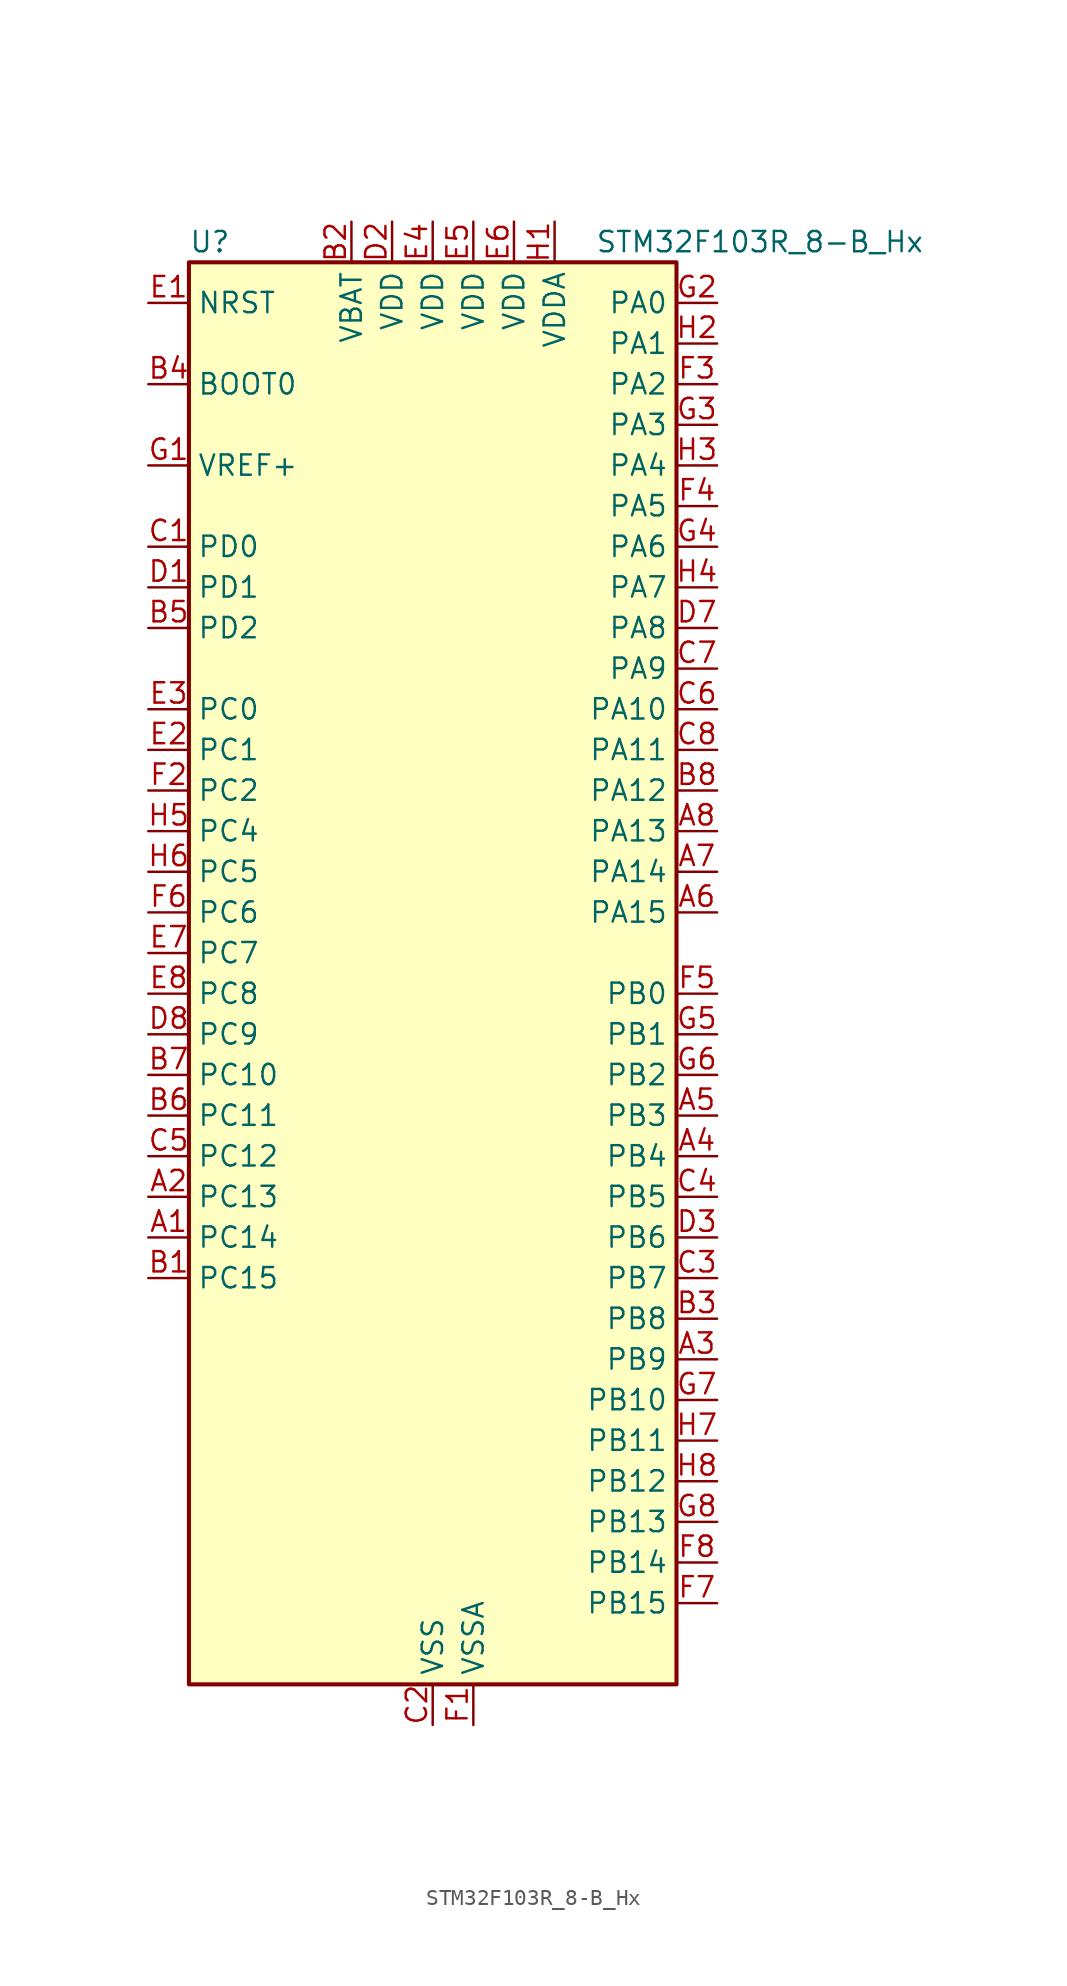
<source format=kicad_sym>
(kicad_symbol_lib
  (version 20231120)
  (generator "kicad-library-utils")
  (generator_version "8.0")
  (symbol "STM32F103R_8-B_Hx"
    (property "Reference" "U"
      (at -15.24 46.99 0)
      (effects (font (size 1.27 1.27)) (justify left)))
    (property "Value" "STM32F103R_8-B_Hx"
      (at 10.16 46.99 0)
      (effects (font (size 1.27 1.27)) (justify left)))
    (property "ki_locked" ""
      (at 0 0 0)
      (effects (font (size 1.27 1.27))))
    (symbol "STM32F103R_8-B_Hx_0_1"
      (rectangle (start -15.24 -43.18) (end 15.24 45.72) (stroke (width 0.254) (type default)) (fill (type background))))
    (symbol "STM32F103R_8-B_Hx_1_1"
      (pin bidirectional line (at -17.78 -15.24 0) (length 2.54) (name "PC14" (effects (font (size 1.27 1.27)))) (number "A1" (effects (font (size 1.27 1.27)))) (alternate "RCC_OSC32_IN" bidirectional line))
      (pin bidirectional line (at -17.78 -12.7 0) (length 2.54) (name "PC13" (effects (font (size 1.27 1.27)))) (number "A2" (effects (font (size 1.27 1.27)))) (alternate "RTC_OUT" bidirectional line) (alternate "RTC_TAMPER" bidirectional line))
      (pin bidirectional line (at 17.78 -22.86 180) (length 2.54) (name "PB9" (effects (font (size 1.27 1.27)))) (number "A3" (effects (font (size 1.27 1.27)))) (alternate "CAN_TX" bidirectional line) (alternate "I2C1_SDA" bidirectional line) (alternate "TIM4_CH4" bidirectional line))
      (pin bidirectional line (at 17.78 -10.16 180) (length 2.54) (name "PB4" (effects (font (size 1.27 1.27)))) (number "A4" (effects (font (size 1.27 1.27)))) (alternate "SPI1_MISO" bidirectional line) (alternate "SYS_NJTRST" bidirectional line) (alternate "TIM3_CH1" bidirectional line))
      (pin bidirectional line (at 17.78 -7.62 180) (length 2.54) (name "PB3" (effects (font (size 1.27 1.27)))) (number "A5" (effects (font (size 1.27 1.27)))) (alternate "SPI1_SCK" bidirectional line) (alternate "SYS_JTDO-TRACESWO" bidirectional line) (alternate "TIM2_CH2" bidirectional line))
      (pin bidirectional line (at 17.78 5.08 180) (length 2.54) (name "PA15" (effects (font (size 1.27 1.27)))) (number "A6" (effects (font (size 1.27 1.27)))) (alternate "ADC1_EXTI15" bidirectional line) (alternate "ADC2_EXTI15" bidirectional line) (alternate "SPI1_NSS" bidirectional line) (alternate "SYS_JTDI" bidirectional line) (alternate "TIM2_CH1" bidirectional line) (alternate "TIM2_ETR" bidirectional line))
      (pin bidirectional line (at 17.78 7.62 180) (length 2.54) (name "PA14" (effects (font (size 1.27 1.27)))) (number "A7" (effects (font (size 1.27 1.27)))) (alternate "SYS_JTCK-SWCLK" bidirectional line))
      (pin bidirectional line (at 17.78 10.16 180) (length 2.54) (name "PA13" (effects (font (size 1.27 1.27)))) (number "A8" (effects (font (size 1.27 1.27)))) (alternate "SYS_JTMS-SWDIO" bidirectional line))
      (pin bidirectional line (at -17.78 -17.78 0) (length 2.54) (name "PC15" (effects (font (size 1.27 1.27)))) (number "B1" (effects (font (size 1.27 1.27)))) (alternate "ADC1_EXTI15" bidirectional line) (alternate "ADC2_EXTI15" bidirectional line) (alternate "RCC_OSC32_OUT" bidirectional line))
      (pin power_in line (at -5.08 48.26 270) (length 2.54) (name "VBAT" (effects (font (size 1.27 1.27)))) (number "B2" (effects (font (size 1.27 1.27)))))
      (pin bidirectional line (at 17.78 -20.32 180) (length 2.54) (name "PB8" (effects (font (size 1.27 1.27)))) (number "B3" (effects (font (size 1.27 1.27)))) (alternate "CAN_RX" bidirectional line) (alternate "I2C1_SCL" bidirectional line) (alternate "TIM4_CH3" bidirectional line))
      (pin input line (at -17.78 38.1 0) (length 2.54) (name "BOOT0" (effects (font (size 1.27 1.27)))) (number "B4" (effects (font (size 1.27 1.27)))))
      (pin bidirectional line (at -17.78 22.86 0) (length 2.54) (name "PD2" (effects (font (size 1.27 1.27)))) (number "B5" (effects (font (size 1.27 1.27)))) (alternate "TIM3_ETR" bidirectional line))
      (pin bidirectional line (at -17.78 -7.62 0) (length 2.54) (name "PC11" (effects (font (size 1.27 1.27)))) (number "B6" (effects (font (size 1.27 1.27)))) (alternate "ADC1_EXTI11" bidirectional line) (alternate "ADC2_EXTI11" bidirectional line) (alternate "USART3_RX" bidirectional line))
      (pin bidirectional line (at -17.78 -5.08 0) (length 2.54) (name "PC10" (effects (font (size 1.27 1.27)))) (number "B7" (effects (font (size 1.27 1.27)))) (alternate "USART3_TX" bidirectional line))
      (pin bidirectional line (at 17.78 12.7 180) (length 2.54) (name "PA12" (effects (font (size 1.27 1.27)))) (number "B8" (effects (font (size 1.27 1.27)))) (alternate "CAN_TX" bidirectional line) (alternate "TIM1_ETR" bidirectional line) (alternate "USART1_RTS" bidirectional line) (alternate "USB_DP" bidirectional line))
      (pin bidirectional line (at -17.78 27.94 0) (length 2.54) (name "PD0" (effects (font (size 1.27 1.27)))) (number "C1" (effects (font (size 1.27 1.27)))) (alternate "RCC_OSC_IN" bidirectional line))
      (pin power_in line (at 0 -45.72 90) (length 2.54) (name "VSS" (effects (font (size 1.27 1.27)))) (number "C2" (effects (font (size 1.27 1.27)))))
      (pin bidirectional line (at 17.78 -17.78 180) (length 2.54) (name "PB7" (effects (font (size 1.27 1.27)))) (number "C3" (effects (font (size 1.27 1.27)))) (alternate "I2C1_SDA" bidirectional line) (alternate "TIM4_CH2" bidirectional line) (alternate "USART1_RX" bidirectional line))
      (pin bidirectional line (at 17.78 -12.7 180) (length 2.54) (name "PB5" (effects (font (size 1.27 1.27)))) (number "C4" (effects (font (size 1.27 1.27)))) (alternate "I2C1_SMBA" bidirectional line) (alternate "SPI1_MOSI" bidirectional line) (alternate "TIM3_CH2" bidirectional line))
      (pin bidirectional line (at -17.78 -10.16 0) (length 2.54) (name "PC12" (effects (font (size 1.27 1.27)))) (number "C5" (effects (font (size 1.27 1.27)))) (alternate "USART3_CK" bidirectional line))
      (pin bidirectional line (at 17.78 17.78 180) (length 2.54) (name "PA10" (effects (font (size 1.27 1.27)))) (number "C6" (effects (font (size 1.27 1.27)))) (alternate "TIM1_CH3" bidirectional line) (alternate "USART1_RX" bidirectional line))
      (pin bidirectional line (at 17.78 20.32 180) (length 2.54) (name "PA9" (effects (font (size 1.27 1.27)))) (number "C7" (effects (font (size 1.27 1.27)))) (alternate "TIM1_CH2" bidirectional line) (alternate "USART1_TX" bidirectional line))
      (pin bidirectional line (at 17.78 15.24 180) (length 2.54) (name "PA11" (effects (font (size 1.27 1.27)))) (number "C8" (effects (font (size 1.27 1.27)))) (alternate "ADC1_EXTI11" bidirectional line) (alternate "ADC2_EXTI11" bidirectional line) (alternate "CAN_RX" bidirectional line) (alternate "TIM1_CH4" bidirectional line) (alternate "USART1_CTS" bidirectional line) (alternate "USB_DM" bidirectional line))
      (pin bidirectional line (at -17.78 25.4 0) (length 2.54) (name "PD1" (effects (font (size 1.27 1.27)))) (number "D1" (effects (font (size 1.27 1.27)))) (alternate "RCC_OSC_OUT" bidirectional line))
      (pin power_in line (at -2.54 48.26 270) (length 2.54) (name "VDD" (effects (font (size 1.27 1.27)))) (number "D2" (effects (font (size 1.27 1.27)))))
      (pin bidirectional line (at 17.78 -15.24 180) (length 2.54) (name "PB6" (effects (font (size 1.27 1.27)))) (number "D3" (effects (font (size 1.27 1.27)))) (alternate "I2C1_SCL" bidirectional line) (alternate "TIM4_CH1" bidirectional line) (alternate "USART1_TX" bidirectional line))
      (pin passive line (at 0 -45.72 90) (length 2.54) hide (name "VSS" (effects (font (size 1.27 1.27)))) (number "D4" (effects (font (size 1.27 1.27)))))
      (pin passive line (at 0 -45.72 90) (length 2.54) hide (name "VSS" (effects (font (size 1.27 1.27)))) (number "D5" (effects (font (size 1.27 1.27)))))
      (pin passive line (at 0 -45.72 90) (length 2.54) hide (name "VSS" (effects (font (size 1.27 1.27)))) (number "D6" (effects (font (size 1.27 1.27)))))
      (pin bidirectional line (at 17.78 22.86 180) (length 2.54) (name "PA8" (effects (font (size 1.27 1.27)))) (number "D7" (effects (font (size 1.27 1.27)))) (alternate "RCC_MCO" bidirectional line) (alternate "TIM1_CH1" bidirectional line) (alternate "USART1_CK" bidirectional line))
      (pin bidirectional line (at -17.78 -2.54 0) (length 2.54) (name "PC9" (effects (font (size 1.27 1.27)))) (number "D8" (effects (font (size 1.27 1.27)))) (alternate "TIM3_CH4" bidirectional line))
      (pin input line (at -17.78 43.18 0) (length 2.54) (name "NRST" (effects (font (size 1.27 1.27)))) (number "E1" (effects (font (size 1.27 1.27)))))
      (pin bidirectional line (at -17.78 15.24 0) (length 2.54) (name "PC1" (effects (font (size 1.27 1.27)))) (number "E2" (effects (font (size 1.27 1.27)))) (alternate "ADC1_IN11" bidirectional line) (alternate "ADC2_IN11" bidirectional line))
      (pin bidirectional line (at -17.78 17.78 0) (length 2.54) (name "PC0" (effects (font (size 1.27 1.27)))) (number "E3" (effects (font (size 1.27 1.27)))) (alternate "ADC1_IN10" bidirectional line) (alternate "ADC2_IN10" bidirectional line))
      (pin power_in line (at 0 48.26 270) (length 2.54) (name "VDD" (effects (font (size 1.27 1.27)))) (number "E4" (effects (font (size 1.27 1.27)))))
      (pin power_in line (at 2.54 48.26 270) (length 2.54) (name "VDD" (effects (font (size 1.27 1.27)))) (number "E5" (effects (font (size 1.27 1.27)))))
      (pin power_in line (at 5.08 48.26 270) (length 2.54) (name "VDD" (effects (font (size 1.27 1.27)))) (number "E6" (effects (font (size 1.27 1.27)))))
      (pin bidirectional line (at -17.78 2.54 0) (length 2.54) (name "PC7" (effects (font (size 1.27 1.27)))) (number "E7" (effects (font (size 1.27 1.27)))) (alternate "TIM3_CH2" bidirectional line))
      (pin bidirectional line (at -17.78 0 0) (length 2.54) (name "PC8" (effects (font (size 1.27 1.27)))) (number "E8" (effects (font (size 1.27 1.27)))) (alternate "TIM3_CH3" bidirectional line))
      (pin power_in line (at 2.54 -45.72 90) (length 2.54) (name "VSSA" (effects (font (size 1.27 1.27)))) (number "F1" (effects (font (size 1.27 1.27)))))
      (pin bidirectional line (at -17.78 12.7 0) (length 2.54) (name "PC2" (effects (font (size 1.27 1.27)))) (number "F2" (effects (font (size 1.27 1.27)))) (alternate "ADC1_IN12" bidirectional line) (alternate "ADC2_IN12" bidirectional line))
      (pin bidirectional line (at 17.78 38.1 180) (length 2.54) (name "PA2" (effects (font (size 1.27 1.27)))) (number "F3" (effects (font (size 1.27 1.27)))) (alternate "ADC1_IN2" bidirectional line) (alternate "ADC2_IN2" bidirectional line) (alternate "TIM2_CH3" bidirectional line) (alternate "USART2_TX" bidirectional line))
      (pin bidirectional line (at 17.78 30.48 180) (length 2.54) (name "PA5" (effects (font (size 1.27 1.27)))) (number "F4" (effects (font (size 1.27 1.27)))) (alternate "ADC1_IN5" bidirectional line) (alternate "ADC2_IN5" bidirectional line) (alternate "SPI1_SCK" bidirectional line))
      (pin bidirectional line (at 17.78 0 180) (length 2.54) (name "PB0" (effects (font (size 1.27 1.27)))) (number "F5" (effects (font (size 1.27 1.27)))) (alternate "ADC1_IN8" bidirectional line) (alternate "ADC2_IN8" bidirectional line) (alternate "TIM1_CH2N" bidirectional line) (alternate "TIM3_CH3" bidirectional line))
      (pin bidirectional line (at -17.78 5.08 0) (length 2.54) (name "PC6" (effects (font (size 1.27 1.27)))) (number "F6" (effects (font (size 1.27 1.27)))) (alternate "TIM3_CH1" bidirectional line))
      (pin bidirectional line (at 17.78 -38.1 180) (length 2.54) (name "PB15" (effects (font (size 1.27 1.27)))) (number "F7" (effects (font (size 1.27 1.27)))) (alternate "ADC1_EXTI15" bidirectional line) (alternate "ADC2_EXTI15" bidirectional line) (alternate "SPI2_MOSI" bidirectional line) (alternate "TIM1_CH3N" bidirectional line))
      (pin bidirectional line (at 17.78 -35.56 180) (length 2.54) (name "PB14" (effects (font (size 1.27 1.27)))) (number "F8" (effects (font (size 1.27 1.27)))) (alternate "SPI2_MISO" bidirectional line) (alternate "TIM1_CH2N" bidirectional line) (alternate "USART3_RTS" bidirectional line))
      (pin input line (at -17.78 33.02 0) (length 2.54) (name "VREF+" (effects (font (size 1.27 1.27)))) (number "G1" (effects (font (size 1.27 1.27)))))
      (pin bidirectional line (at 17.78 43.18 180) (length 2.54) (name "PA0" (effects (font (size 1.27 1.27)))) (number "G2" (effects (font (size 1.27 1.27)))) (alternate "ADC1_IN0" bidirectional line) (alternate "ADC2_IN0" bidirectional line) (alternate "SYS_WKUP" bidirectional line) (alternate "TIM2_CH1" bidirectional line) (alternate "TIM2_ETR" bidirectional line) (alternate "USART2_CTS" bidirectional line))
      (pin bidirectional line (at 17.78 35.56 180) (length 2.54) (name "PA3" (effects (font (size 1.27 1.27)))) (number "G3" (effects (font (size 1.27 1.27)))) (alternate "ADC1_IN3" bidirectional line) (alternate "ADC2_IN3" bidirectional line) (alternate "TIM2_CH4" bidirectional line) (alternate "USART2_RX" bidirectional line))
      (pin bidirectional line (at 17.78 27.94 180) (length 2.54) (name "PA6" (effects (font (size 1.27 1.27)))) (number "G4" (effects (font (size 1.27 1.27)))) (alternate "ADC1_IN6" bidirectional line) (alternate "ADC2_IN6" bidirectional line) (alternate "SPI1_MISO" bidirectional line) (alternate "TIM1_BKIN" bidirectional line) (alternate "TIM3_CH1" bidirectional line))
      (pin bidirectional line (at 17.78 -2.54 180) (length 2.54) (name "PB1" (effects (font (size 1.27 1.27)))) (number "G5" (effects (font (size 1.27 1.27)))) (alternate "ADC1_IN9" bidirectional line) (alternate "ADC2_IN9" bidirectional line) (alternate "TIM1_CH3N" bidirectional line) (alternate "TIM3_CH4" bidirectional line))
      (pin bidirectional line (at 17.78 -5.08 180) (length 2.54) (name "PB2" (effects (font (size 1.27 1.27)))) (number "G6" (effects (font (size 1.27 1.27)))))
      (pin bidirectional line (at 17.78 -25.4 180) (length 2.54) (name "PB10" (effects (font (size 1.27 1.27)))) (number "G7" (effects (font (size 1.27 1.27)))) (alternate "I2C2_SCL" bidirectional line) (alternate "TIM2_CH3" bidirectional line) (alternate "USART3_TX" bidirectional line))
      (pin bidirectional line (at 17.78 -33.02 180) (length 2.54) (name "PB13" (effects (font (size 1.27 1.27)))) (number "G8" (effects (font (size 1.27 1.27)))) (alternate "SPI2_SCK" bidirectional line) (alternate "TIM1_CH1N" bidirectional line) (alternate "USART3_CTS" bidirectional line))
      (pin power_in line (at 7.62 48.26 270) (length 2.54) (name "VDDA" (effects (font (size 1.27 1.27)))) (number "H1" (effects (font (size 1.27 1.27)))))
      (pin bidirectional line (at 17.78 40.64 180) (length 2.54) (name "PA1" (effects (font (size 1.27 1.27)))) (number "H2" (effects (font (size 1.27 1.27)))) (alternate "ADC1_IN1" bidirectional line) (alternate "ADC2_IN1" bidirectional line) (alternate "TIM2_CH2" bidirectional line) (alternate "USART2_RTS" bidirectional line))
      (pin bidirectional line (at 17.78 33.02 180) (length 2.54) (name "PA4" (effects (font (size 1.27 1.27)))) (number "H3" (effects (font (size 1.27 1.27)))) (alternate "ADC1_IN4" bidirectional line) (alternate "ADC2_IN4" bidirectional line) (alternate "SPI1_NSS" bidirectional line) (alternate "USART2_CK" bidirectional line))
      (pin bidirectional line (at 17.78 25.4 180) (length 2.54) (name "PA7" (effects (font (size 1.27 1.27)))) (number "H4" (effects (font (size 1.27 1.27)))) (alternate "ADC1_IN7" bidirectional line) (alternate "ADC2_IN7" bidirectional line) (alternate "SPI1_MOSI" bidirectional line) (alternate "TIM1_CH1N" bidirectional line) (alternate "TIM3_CH2" bidirectional line))
      (pin bidirectional line (at -17.78 10.16 0) (length 2.54) (name "PC4" (effects (font (size 1.27 1.27)))) (number "H5" (effects (font (size 1.27 1.27)))) (alternate "ADC1_IN14" bidirectional line) (alternate "ADC2_IN14" bidirectional line))
      (pin bidirectional line (at -17.78 7.62 0) (length 2.54) (name "PC5" (effects (font (size 1.27 1.27)))) (number "H6" (effects (font (size 1.27 1.27)))) (alternate "ADC1_IN15" bidirectional line) (alternate "ADC2_IN15" bidirectional line))
      (pin bidirectional line (at 17.78 -27.94 180) (length 2.54) (name "PB11" (effects (font (size 1.27 1.27)))) (number "H7" (effects (font (size 1.27 1.27)))) (alternate "ADC1_EXTI11" bidirectional line) (alternate "ADC2_EXTI11" bidirectional line) (alternate "I2C2_SDA" bidirectional line) (alternate "TIM2_CH4" bidirectional line) (alternate "USART3_RX" bidirectional line))
      (pin bidirectional line (at 17.78 -30.48 180) (length 2.54) (name "PB12" (effects (font (size 1.27 1.27)))) (number "H8" (effects (font (size 1.27 1.27)))) (alternate "I2C2_SMBA" bidirectional line) (alternate "SPI2_NSS" bidirectional line) (alternate "TIM1_BKIN" bidirectional line) (alternate "USART3_CK" bidirectional line)))))
</source>
